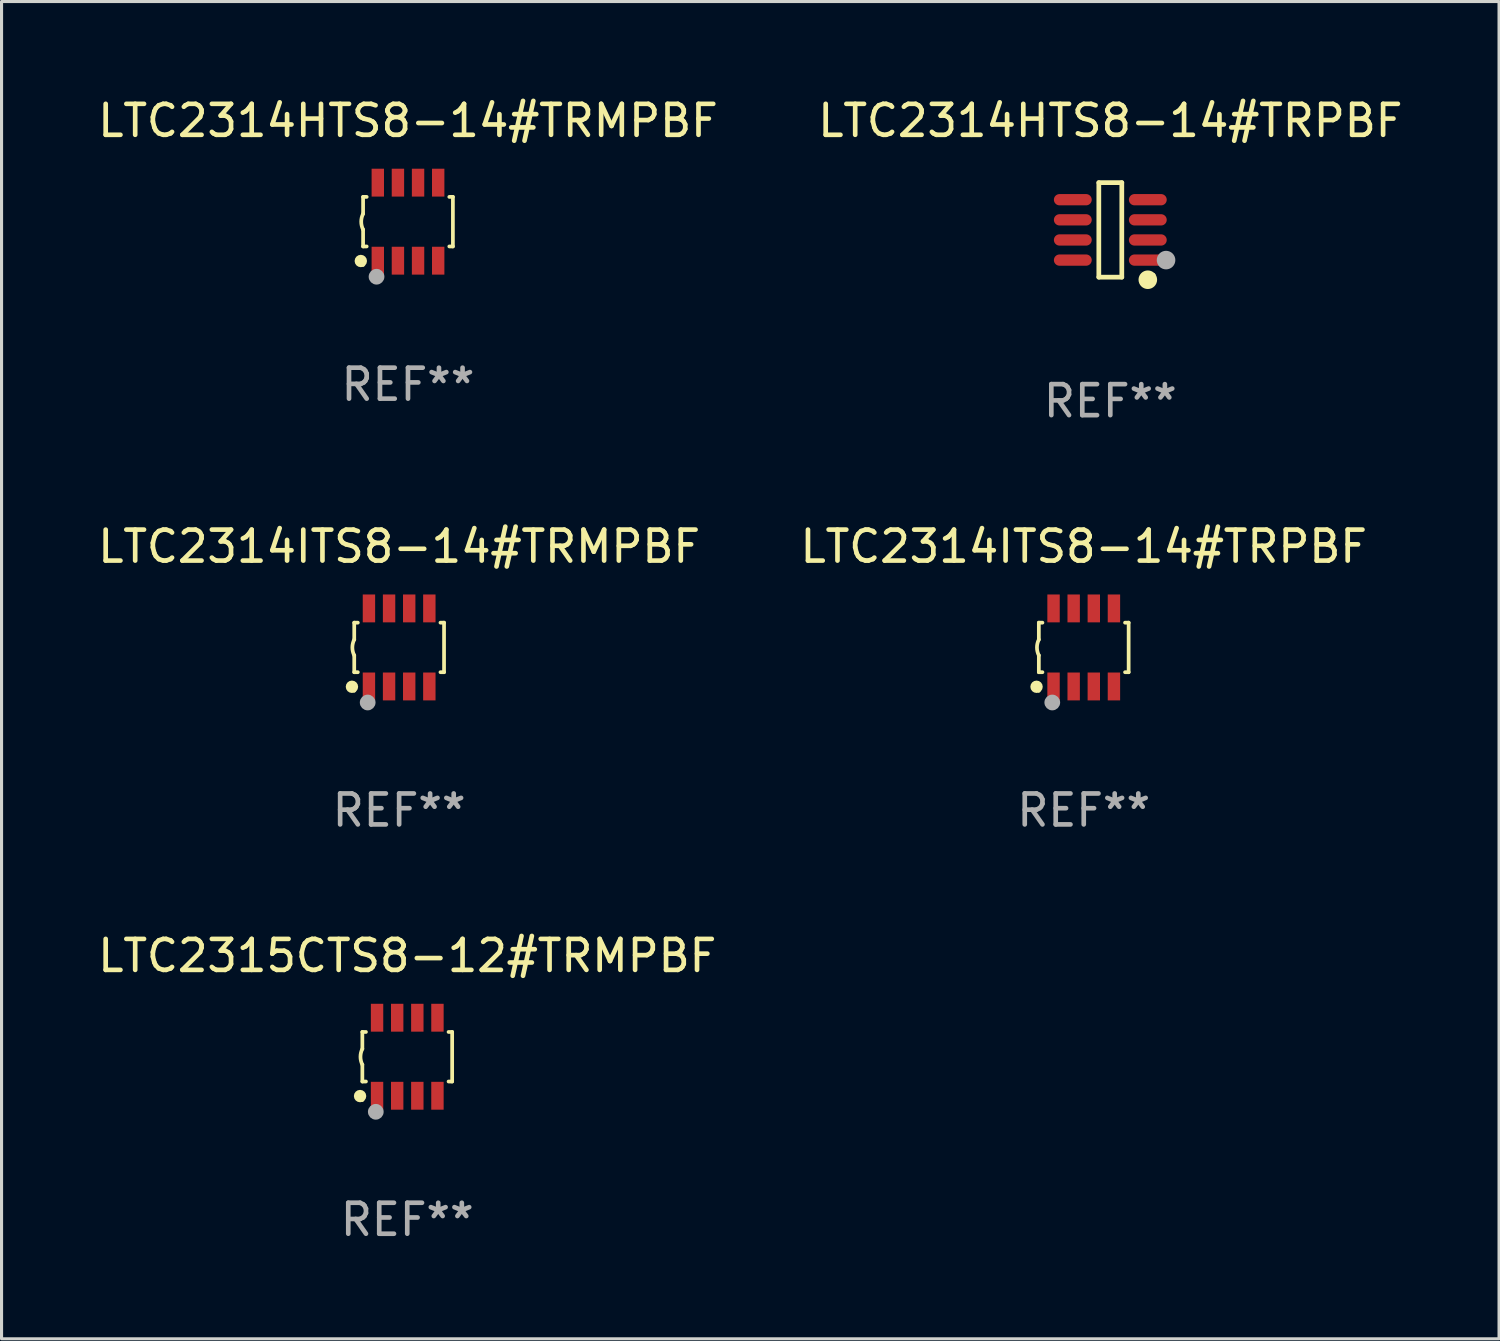
<source format=kicad_pcb>
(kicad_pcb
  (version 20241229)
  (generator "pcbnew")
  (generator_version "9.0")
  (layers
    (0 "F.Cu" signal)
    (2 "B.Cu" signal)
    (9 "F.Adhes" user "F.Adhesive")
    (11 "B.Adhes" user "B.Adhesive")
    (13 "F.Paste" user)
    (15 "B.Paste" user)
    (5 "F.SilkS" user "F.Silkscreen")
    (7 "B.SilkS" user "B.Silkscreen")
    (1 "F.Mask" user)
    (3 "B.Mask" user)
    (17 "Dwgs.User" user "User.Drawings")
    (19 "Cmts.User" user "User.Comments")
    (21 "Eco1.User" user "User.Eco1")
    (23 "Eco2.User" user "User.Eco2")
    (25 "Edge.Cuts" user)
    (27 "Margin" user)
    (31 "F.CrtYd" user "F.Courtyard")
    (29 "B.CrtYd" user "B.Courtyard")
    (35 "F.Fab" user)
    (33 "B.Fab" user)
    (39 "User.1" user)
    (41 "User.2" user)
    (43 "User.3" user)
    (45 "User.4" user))
  (footprint "LTC2314ITS8-14#TRPBF"
    (layer "F.Cu")
    (at 31.946 17.857)
    (property "Reference" "LTC2314ITS8-14#TRPBF" (at 0 -3.26 0) (layer "F.SilkS") (effects (font (size 1 1) (thickness 0.15))))
    (attr through_hole)
    (fp_line (start -1.45 -0.8) (end -1.45 -0.254) (stroke (width 0.12) (type solid)) (layer "F.SilkS"))
    (fp_line (start -1.45 -0.8) (end -1.334 -0.8) (stroke (width 0.12) (type solid)) (layer "F.SilkS"))
    (fp_line (start -1.45 0.8) (end -1.45 0.254) (stroke (width 0.12) (type solid)) (layer "F.SilkS"))
    (fp_line (start -1.45 0.8) (end -1.334 0.8) (stroke (width 0.12) (type solid)) (layer "F.SilkS"))
    (fp_line (start 1.334 -0.8) (end 1.45 -0.8) (stroke (width 0.12) (type solid)) (layer "F.SilkS"))
    (fp_line (start 1.334 0.8) (end 1.45 0.8) (stroke (width 0.12) (type solid)) (layer "F.SilkS"))
    (fp_line (start 1.45 0.8) (end 1.45 -0.8) (stroke (width 0.12) (type solid)) (layer "F.SilkS"))
    (fp_arc (start -1.45075 0.255144) (mid -1.510605 0.000434) (end -1.450013 -0.254102) (stroke (width 0.11999) (type solid)) (layer "F.SilkS"))
    (fp_circle (center -1.524 1.27) (end -1.424 1.27) (stroke (width 0.2) (type solid)) (fill no) (layer "F.SilkS"))
    (fp_circle (center -1.45 1.4) (end -1.42 1.4) (stroke (width 0.06) (type solid)) (fill no) (layer "F.SilkS"))
    (fp_circle (center -1.016 1.778) (end -0.889 1.778) (stroke (width 0.254) (type solid)) (fill no) (layer "F.Fab"))
    (fp_text user "REF**" (at 0 5.26 0) (layer "F.Fab") (effects (font (size 1 1) (thickness 0.15))))
    (pad "1" smd rect (at -0.975 1.26) (size 0.4 0.9) (layers "F.Cu" "F.Mask" "F.Paste"))
    (pad "2" smd rect (at -0.325 1.26) (size 0.4 0.9) (layers "F.Cu" "F.Mask" "F.Paste"))
    (pad "3" smd rect (at 0.325 1.26) (size 0.4 0.9) (layers "F.Cu" "F.Mask" "F.Paste"))
    (pad "4" smd rect (at 0.975 1.26) (size 0.4 0.9) (layers "F.Cu" "F.Mask" "F.Paste"))
    (pad "5" smd rect (at 0.975 -1.26) (size 0.4 0.9) (layers "F.Cu" "F.Mask" "F.Paste"))
    (pad "6" smd rect (at 0.325 -1.26) (size 0.4 0.9) (layers "F.Cu" "F.Mask" "F.Paste"))
    (pad "7" smd rect (at -0.325 -1.26) (size 0.4 0.9) (layers "F.Cu" "F.Mask" "F.Paste"))
    (pad "8" smd rect (at -0.975 -1.26) (size 0.4 0.9) (layers "F.Cu" "F.Mask" "F.Paste")))
  (footprint "LTC2315CTS8-12#TRMPBF"
    (layer "F.Cu")
    (at 10.101 31.074)
    (property "Reference" "LTC2315CTS8-12#TRMPBF" (at 0 -3.26 0) (layer "F.SilkS") (effects (font (size 1 1) (thickness 0.15))))
    (attr through_hole)
    (fp_line (start -1.45 -0.8) (end -1.45 -0.254) (stroke (width 0.12) (type solid)) (layer "F.SilkS"))
    (fp_line (start -1.45 -0.8) (end -1.334 -0.8) (stroke (width 0.12) (type solid)) (layer "F.SilkS"))
    (fp_line (start -1.45 0.8) (end -1.45 0.254) (stroke (width 0.12) (type solid)) (layer "F.SilkS"))
    (fp_line (start -1.45 0.8) (end -1.334 0.8) (stroke (width 0.12) (type solid)) (layer "F.SilkS"))
    (fp_line (start 1.334 -0.8) (end 1.45 -0.8) (stroke (width 0.12) (type solid)) (layer "F.SilkS"))
    (fp_line (start 1.334 0.8) (end 1.45 0.8) (stroke (width 0.12) (type solid)) (layer "F.SilkS"))
    (fp_line (start 1.45 0.8) (end 1.45 -0.8) (stroke (width 0.12) (type solid)) (layer "F.SilkS"))
    (fp_arc (start -1.45075 0.255144) (mid -1.510605 0.000434) (end -1.450013 -0.254102) (stroke (width 0.11999) (type solid)) (layer "F.SilkS"))
    (fp_circle (center -1.524 1.27) (end -1.424 1.27) (stroke (width 0.2) (type solid)) (fill no) (layer "F.SilkS"))
    (fp_circle (center -1.45 1.4) (end -1.42 1.4) (stroke (width 0.06) (type solid)) (fill no) (layer "F.SilkS"))
    (fp_circle (center -1.016 1.778) (end -0.889 1.778) (stroke (width 0.254) (type solid)) (fill no) (layer "F.Fab"))
    (fp_text user "REF**" (at 0 5.26 0) (layer "F.Fab") (effects (font (size 1 1) (thickness 0.15))))
    (pad "1" smd rect (at -0.975 1.26) (size 0.4 0.9) (layers "F.Cu" "F.Mask" "F.Paste"))
    (pad "2" smd rect (at -0.325 1.26) (size 0.4 0.9) (layers "F.Cu" "F.Mask" "F.Paste"))
    (pad "3" smd rect (at 0.325 1.26) (size 0.4 0.9) (layers "F.Cu" "F.Mask" "F.Paste"))
    (pad "4" smd rect (at 0.975 1.26) (size 0.4 0.9) (layers "F.Cu" "F.Mask" "F.Paste"))
    (pad "5" smd rect (at 0.975 -1.26) (size 0.4 0.9) (layers "F.Cu" "F.Mask" "F.Paste"))
    (pad "6" smd rect (at 0.325 -1.26) (size 0.4 0.9) (layers "F.Cu" "F.Mask" "F.Paste"))
    (pad "7" smd rect (at -0.325 -1.26) (size 0.4 0.9) (layers "F.Cu" "F.Mask" "F.Paste"))
    (pad "8" smd rect (at -0.975 -1.26) (size 0.4 0.9) (layers "F.Cu" "F.Mask" "F.Paste")))
  (footprint "LTC2314HTS8-14#TRPBF"
    (layer "F.Cu")
    (at 32.804 4.374)
    (property "Reference" "LTC2314HTS8-14#TRPBF" (at 0 -3.526 0) (layer "F.SilkS") (effects (font (size 1 1) (thickness 0.15))))
    (attr through_hole)
    (fp_line (start -0.371 -1.526) (end 0.371 -1.526) (stroke (width 0.152) (type solid)) (layer "F.SilkS"))
    (fp_line (start -0.371 1.526) (end -0.371 -1.526) (stroke (width 0.152) (type solid)) (layer "F.SilkS"))
    (fp_line (start 0.371 -1.526) (end 0.371 1.526) (stroke (width 0.152) (type solid)) (layer "F.SilkS"))
    (fp_line (start 0.371 1.526) (end -0.371 1.526) (stroke (width 0.152) (type solid)) (layer "F.SilkS"))
    (fp_circle (center 1.211 1.609) (end 1.361 1.609) (stroke (width 0.3) (type solid)) (fill no) (layer "F.SilkS"))
    (fp_circle (center 1.4 1.45) (end 1.43 1.45) (stroke (width 0.06) (type solid)) (fill no) (layer "F.SilkS"))
    (fp_circle (center 1.8 0.975) (end 1.95 0.975) (stroke (width 0.3) (type solid)) (fill no) (layer "F.Fab"))
    (fp_text user "REF**" (at 0 5.526 0) (layer "F.Fab") (effects (font (size 1 1) (thickness 0.15))))
    (pad "1" smd oval (at 1.211 0.975) (size 1.222 0.364) (layers "F.Cu" "F.Mask" "F.Paste"))
    (pad "2" smd oval (at 1.211 0.325) (size 1.222 0.364) (layers "F.Cu" "F.Mask" "F.Paste"))
    (pad "3" smd oval (at 1.211 -0.325) (size 1.222 0.364) (layers "F.Cu" "F.Mask" "F.Paste"))
    (pad "4" smd oval (at 1.211 -0.975) (size 1.222 0.364) (layers "F.Cu" "F.Mask" "F.Paste"))
    (pad "5" smd oval (at -1.211 -0.975) (size 1.222 0.364) (layers "F.Cu" "F.Mask" "F.Paste"))
    (pad "6" smd oval (at -1.211 -0.325) (size 1.222 0.364) (layers "F.Cu" "F.Mask" "F.Paste"))
    (pad "7" smd oval (at -1.211 0.325) (size 1.222 0.364) (layers "F.Cu" "F.Mask" "F.Paste"))
    (pad "8" smd oval (at -1.211 0.975) (size 1.222 0.364) (layers "F.Cu" "F.Mask" "F.Paste")))
  (footprint "LTC2314HTS8-14#TRMPBF"
    (layer "F.Cu")
    (at 10.125 4.108)
    (property "Reference" "LTC2314HTS8-14#TRMPBF" (at 0 -3.26 0) (layer "F.SilkS") (effects (font (size 1 1) (thickness 0.15))))
    (attr through_hole)
    (fp_line (start -1.45 -0.8) (end -1.45 -0.254) (stroke (width 0.12) (type solid)) (layer "F.SilkS"))
    (fp_line (start -1.45 -0.8) (end -1.334 -0.8) (stroke (width 0.12) (type solid)) (layer "F.SilkS"))
    (fp_line (start -1.45 0.8) (end -1.45 0.254) (stroke (width 0.12) (type solid)) (layer "F.SilkS"))
    (fp_line (start -1.45 0.8) (end -1.334 0.8) (stroke (width 0.12) (type solid)) (layer "F.SilkS"))
    (fp_line (start 1.334 -0.8) (end 1.45 -0.8) (stroke (width 0.12) (type solid)) (layer "F.SilkS"))
    (fp_line (start 1.334 0.8) (end 1.45 0.8) (stroke (width 0.12) (type solid)) (layer "F.SilkS"))
    (fp_line (start 1.45 0.8) (end 1.45 -0.8) (stroke (width 0.12) (type solid)) (layer "F.SilkS"))
    (fp_arc (start -1.45075 0.255144) (mid -1.510605 0.000434) (end -1.450013 -0.254102) (stroke (width 0.11999) (type solid)) (layer "F.SilkS"))
    (fp_circle (center -1.524 1.27) (end -1.424 1.27) (stroke (width 0.2) (type solid)) (fill no) (layer "F.SilkS"))
    (fp_circle (center -1.45 1.4) (end -1.42 1.4) (stroke (width 0.06) (type solid)) (fill no) (layer "F.SilkS"))
    (fp_circle (center -1.016 1.778) (end -0.889 1.778) (stroke (width 0.254) (type solid)) (fill no) (layer "F.Fab"))
    (fp_text user "REF**" (at 0 5.26 0) (layer "F.Fab") (effects (font (size 1 1) (thickness 0.15))))
    (pad "1" smd rect (at -0.975 1.26) (size 0.4 0.9) (layers "F.Cu" "F.Mask" "F.Paste"))
    (pad "2" smd rect (at -0.325 1.26) (size 0.4 0.9) (layers "F.Cu" "F.Mask" "F.Paste"))
    (pad "3" smd rect (at 0.325 1.26) (size 0.4 0.9) (layers "F.Cu" "F.Mask" "F.Paste"))
    (pad "4" smd rect (at 0.975 1.26) (size 0.4 0.9) (layers "F.Cu" "F.Mask" "F.Paste"))
    (pad "5" smd rect (at 0.975 -1.26) (size 0.4 0.9) (layers "F.Cu" "F.Mask" "F.Paste"))
    (pad "6" smd rect (at 0.325 -1.26) (size 0.4 0.9) (layers "F.Cu" "F.Mask" "F.Paste"))
    (pad "7" smd rect (at -0.325 -1.26) (size 0.4 0.9) (layers "F.Cu" "F.Mask" "F.Paste"))
    (pad "8" smd rect (at -0.975 -1.26) (size 0.4 0.9) (layers "F.Cu" "F.Mask" "F.Paste")))
  (footprint "LTC2314ITS8-14#TRMPBF"
    (layer "F.Cu")
    (at 9.839 17.857)
    (property "Reference" "LTC2314ITS8-14#TRMPBF" (at 0 -3.26 0) (layer "F.SilkS") (effects (font (size 1 1) (thickness 0.15))))
    (attr through_hole)
    (fp_line (start -1.45 -0.8) (end -1.45 -0.254) (stroke (width 0.12) (type solid)) (layer "F.SilkS"))
    (fp_line (start -1.45 -0.8) (end -1.334 -0.8) (stroke (width 0.12) (type solid)) (layer "F.SilkS"))
    (fp_line (start -1.45 0.8) (end -1.45 0.254) (stroke (width 0.12) (type solid)) (layer "F.SilkS"))
    (fp_line (start -1.45 0.8) (end -1.334 0.8) (stroke (width 0.12) (type solid)) (layer "F.SilkS"))
    (fp_line (start 1.334 -0.8) (end 1.45 -0.8) (stroke (width 0.12) (type solid)) (layer "F.SilkS"))
    (fp_line (start 1.334 0.8) (end 1.45 0.8) (stroke (width 0.12) (type solid)) (layer "F.SilkS"))
    (fp_line (start 1.45 0.8) (end 1.45 -0.8) (stroke (width 0.12) (type solid)) (layer "F.SilkS"))
    (fp_arc (start -1.45075 0.255144) (mid -1.510605 0.000434) (end -1.450013 -0.254102) (stroke (width 0.11999) (type solid)) (layer "F.SilkS"))
    (fp_circle (center -1.524 1.27) (end -1.424 1.27) (stroke (width 0.2) (type solid)) (fill no) (layer "F.SilkS"))
    (fp_circle (center -1.45 1.4) (end -1.42 1.4) (stroke (width 0.06) (type solid)) (fill no) (layer "F.SilkS"))
    (fp_circle (center -1.016 1.778) (end -0.889 1.778) (stroke (width 0.254) (type solid)) (fill no) (layer "F.Fab"))
    (fp_text user "REF**" (at 0 5.26 0) (layer "F.Fab") (effects (font (size 1 1) (thickness 0.15))))
    (pad "1" smd rect (at -0.975 1.26) (size 0.4 0.9) (layers "F.Cu" "F.Mask" "F.Paste"))
    (pad "2" smd rect (at -0.325 1.26) (size 0.4 0.9) (layers "F.Cu" "F.Mask" "F.Paste"))
    (pad "3" smd rect (at 0.325 1.26) (size 0.4 0.9) (layers "F.Cu" "F.Mask" "F.Paste"))
    (pad "4" smd rect (at 0.975 1.26) (size 0.4 0.9) (layers "F.Cu" "F.Mask" "F.Paste"))
    (pad "5" smd rect (at 0.975 -1.26) (size 0.4 0.9) (layers "F.Cu" "F.Mask" "F.Paste"))
    (pad "6" smd rect (at 0.325 -1.26) (size 0.4 0.9) (layers "F.Cu" "F.Mask" "F.Paste"))
    (pad "7" smd rect (at -0.325 -1.26) (size 0.4 0.9) (layers "F.Cu" "F.Mask" "F.Paste"))
    (pad "8" smd rect (at -0.975 -1.26) (size 0.4 0.9) (layers "F.Cu" "F.Mask" "F.Paste")))
  (gr_rect
    (start -3 -3)
    (end 45.357 40.182)
    (stroke (width 0.1) (type default))
    (fill no)
    (layer "Edge.Cuts")))
</source>
